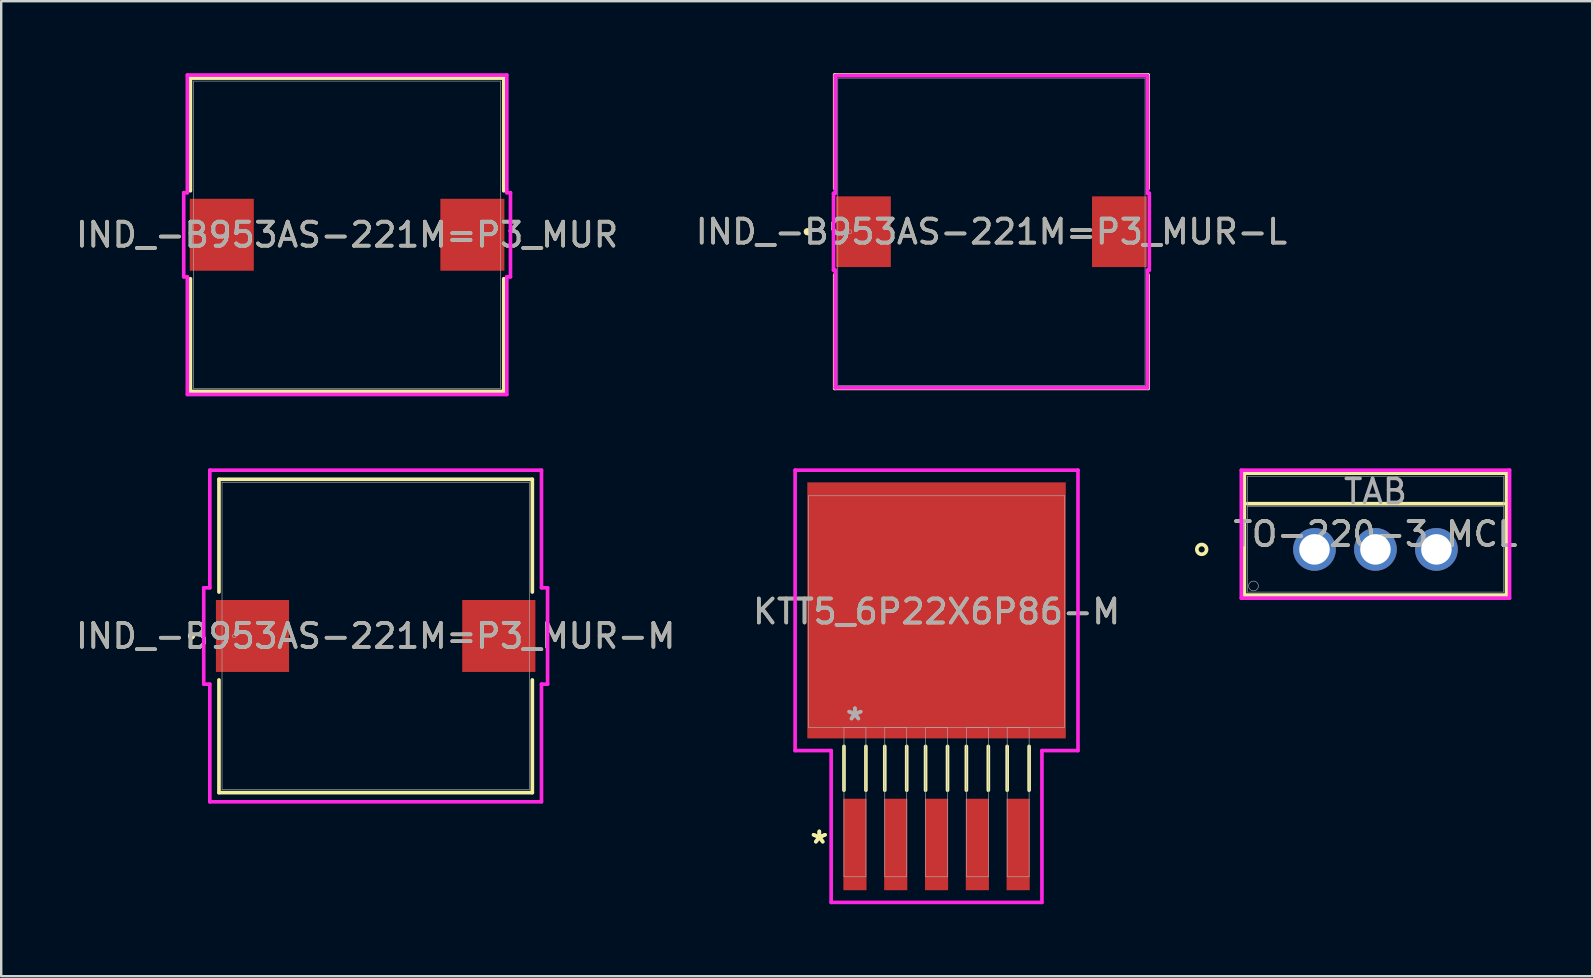
<source format=kicad_pcb>
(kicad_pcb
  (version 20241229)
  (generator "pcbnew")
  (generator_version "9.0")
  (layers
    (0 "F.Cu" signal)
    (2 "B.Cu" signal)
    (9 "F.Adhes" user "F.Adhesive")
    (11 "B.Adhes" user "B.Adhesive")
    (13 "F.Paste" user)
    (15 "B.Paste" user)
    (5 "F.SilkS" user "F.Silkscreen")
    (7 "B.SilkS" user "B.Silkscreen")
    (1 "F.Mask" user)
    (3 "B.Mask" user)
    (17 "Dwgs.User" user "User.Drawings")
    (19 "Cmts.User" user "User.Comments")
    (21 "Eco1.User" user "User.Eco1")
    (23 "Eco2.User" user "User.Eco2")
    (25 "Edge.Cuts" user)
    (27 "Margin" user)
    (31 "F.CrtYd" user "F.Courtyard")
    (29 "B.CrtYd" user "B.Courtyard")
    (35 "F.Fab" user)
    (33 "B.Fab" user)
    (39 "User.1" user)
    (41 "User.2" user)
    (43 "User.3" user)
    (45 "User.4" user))
  (footprint "IND_-B953AS-221M=P3_MUR"
    (layer "F.Cu")
    (at 11.411 6.731)
    (property "Reference" "IND_-B953AS-221M=P3_MUR" (at 0 0 0) (unlocked yes) (layer "F.SilkS") (effects (font (size 1 1) (thickness 0.15))))
    (attr smd)
    (fp_line (start -6.528 -6.528) (end -6.528 -1.831) (stroke (width 0.152) (type solid)) (layer "F.SilkS"))
    (fp_line (start -6.528 1.831) (end -6.528 6.528) (stroke (width 0.152) (type solid)) (layer "F.SilkS"))
    (fp_line (start -6.528 6.528) (end 6.528 6.528) (stroke (width 0.152) (type solid)) (layer "F.SilkS"))
    (fp_line (start 6.528 -6.528) (end -6.528 -6.528) (stroke (width 0.152) (type solid)) (layer "F.SilkS"))
    (fp_line (start 6.528 -1.831) (end 6.528 -6.528) (stroke (width 0.152) (type solid)) (layer "F.SilkS"))
    (fp_line (start 6.528 6.528) (end 6.528 1.831) (stroke (width 0.152) (type solid)) (layer "F.SilkS"))
    (fp_line (start -6.807 -1.753) (end -6.655 -1.753) (stroke (width 0.152) (type solid)) (layer "F.CrtYd"))
    (fp_line (start -6.807 1.753) (end -6.807 -1.753) (stroke (width 0.152) (type solid)) (layer "F.CrtYd"))
    (fp_line (start -6.655 -6.655) (end 6.655 -6.655) (stroke (width 0.152) (type solid)) (layer "F.CrtYd"))
    (fp_line (start -6.655 -1.753) (end -6.655 -6.655) (stroke (width 0.152) (type solid)) (layer "F.CrtYd"))
    (fp_line (start -6.655 1.753) (end -6.807 1.753) (stroke (width 0.152) (type solid)) (layer "F.CrtYd"))
    (fp_line (start -6.655 6.655) (end -6.655 1.753) (stroke (width 0.152) (type solid)) (layer "F.CrtYd"))
    (fp_line (start 6.655 -6.655) (end 6.655 -1.753) (stroke (width 0.152) (type solid)) (layer "F.CrtYd"))
    (fp_line (start 6.655 -1.753) (end 6.807 -1.753) (stroke (width 0.152) (type solid)) (layer "F.CrtYd"))
    (fp_line (start 6.655 1.753) (end 6.655 6.655) (stroke (width 0.152) (type solid)) (layer "F.CrtYd"))
    (fp_line (start 6.655 6.655) (end -6.655 6.655) (stroke (width 0.152) (type solid)) (layer "F.CrtYd"))
    (fp_line (start 6.807 -1.753) (end 6.807 1.753) (stroke (width 0.152) (type solid)) (layer "F.CrtYd"))
    (fp_line (start 6.807 1.753) (end 6.655 1.753) (stroke (width 0.152) (type solid)) (layer "F.CrtYd"))
    (fp_line (start -6.401 -6.401) (end -6.401 6.401) (stroke (width 0.025) (type solid)) (layer "F.Fab"))
    (fp_line (start -6.401 6.401) (end 6.401 6.401) (stroke (width 0.025) (type solid)) (layer "F.Fab"))
    (fp_line (start 6.401 -6.401) (end -6.401 -6.401) (stroke (width 0.025) (type solid)) (layer "F.Fab"))
    (fp_line (start 6.401 6.401) (end 6.401 -6.401) (stroke (width 0.025) (type solid)) (layer "F.Fab"))
    (fp_circle (center -5.893 0) (end -5.893 0) (stroke (width 0.025) (type solid)) (fill no) (layer "F.Fab"))
    (fp_text user "${REFERENCE}" (at 0 0 0) (unlocked yes) (layer "F.Fab") (effects (font (size 1 1) (thickness 0.15))))
    (pad "1" smd rect (at -5.22 0 90) (size 2.997 2.667) (layers "F.Cu" "F.Mask" "F.Paste"))
    (pad "2" smd rect (at 5.22 0 90) (size 2.997 2.667) (layers "F.Cu" "F.Mask" "F.Paste"))
    (zone (net_name "") (layer "F.Cu") (hatch full 0.508) (connect_pads) (min_thickness 0.254) (filled_areas_thickness no) (keepout (tracks not_allowed) (vias not_allowed) (pads allowed) (copperpour not_allowed) (footprints allowed)) (placement (enabled no)) (fill) (polygon (pts (xy 5.061 0.381) (xy 17.761 0.381) (xy 17.761 5.182) (xy 5.061 5.182))))
    (zone (net_name "") (layer "F.Cu") (hatch full 0.508) (connect_pads) (min_thickness 0.254) (filled_areas_thickness no) (keepout (tracks not_allowed) (vias not_allowed) (pads allowed) (copperpour not_allowed) (footprints allowed)) (placement (enabled no)) (fill) (polygon (pts (xy 5.061 8.28) (xy 17.761 8.28) (xy 17.761 13.081) (xy 5.061 13.081))))
    (zone (net_name "") (layer "F.Cu") (hatch full 0.508) (connect_pads) (min_thickness 0.254) (filled_areas_thickness no) (keepout (tracks not_allowed) (vias not_allowed) (pads allowed) (copperpour not_allowed) (footprints allowed)) (placement (enabled no)) (fill) (polygon (pts (xy 7.575 5.182) (xy 15.246 5.182) (xy 15.246 8.28) (xy 7.575 8.28)))))
  (footprint "IND_-B953AS-221M=P3_MUR-L"
    (layer "F.Cu")
    (at 38.256 6.604)
    (property "Reference" "IND_-B953AS-221M=P3_MUR-L" (at 0 0 0) (unlocked yes) (layer "F.SilkS") (effects (font (size 1 1) (thickness 0.15))))
    (attr smd)
    (fp_line (start -6.528 -6.528) (end -6.528 -1.802) (stroke (width 0.152) (type solid)) (layer "F.SilkS"))
    (fp_line (start -6.528 1.802) (end -6.528 6.528) (stroke (width 0.152) (type solid)) (layer "F.SilkS"))
    (fp_line (start -6.528 6.528) (end 6.528 6.528) (stroke (width 0.152) (type solid)) (layer "F.SilkS"))
    (fp_line (start 6.528 -6.528) (end -6.528 -6.528) (stroke (width 0.152) (type solid)) (layer "F.SilkS"))
    (fp_line (start 6.528 -1.802) (end 6.528 -6.528) (stroke (width 0.152) (type solid)) (layer "F.SilkS"))
    (fp_line (start 6.528 6.528) (end 6.528 1.802) (stroke (width 0.152) (type solid)) (layer "F.SilkS"))
    (fp_circle (center -7.671 0) (end -7.595 0) (stroke (width 0.152) (type solid)) (fill no) (layer "F.SilkS"))
    (fp_line (start -6.579 -1.6) (end -6.502 -1.6) (stroke (width 0.152) (type solid)) (layer "F.CrtYd"))
    (fp_line (start -6.579 1.6) (end -6.579 -1.6) (stroke (width 0.152) (type solid)) (layer "F.CrtYd"))
    (fp_line (start -6.502 -6.502) (end 6.502 -6.502) (stroke (width 0.152) (type solid)) (layer "F.CrtYd"))
    (fp_line (start -6.502 -1.6) (end -6.502 -6.502) (stroke (width 0.152) (type solid)) (layer "F.CrtYd"))
    (fp_line (start -6.502 1.6) (end -6.579 1.6) (stroke (width 0.152) (type solid)) (layer "F.CrtYd"))
    (fp_line (start -6.502 6.502) (end -6.502 1.6) (stroke (width 0.152) (type solid)) (layer "F.CrtYd"))
    (fp_line (start 6.502 -6.502) (end 6.502 -1.6) (stroke (width 0.152) (type solid)) (layer "F.CrtYd"))
    (fp_line (start 6.502 -1.6) (end 6.579 -1.6) (stroke (width 0.152) (type solid)) (layer "F.CrtYd"))
    (fp_line (start 6.502 1.6) (end 6.502 6.502) (stroke (width 0.152) (type solid)) (layer "F.CrtYd"))
    (fp_line (start 6.502 6.502) (end -6.502 6.502) (stroke (width 0.152) (type solid)) (layer "F.CrtYd"))
    (fp_line (start 6.579 -1.6) (end 6.579 1.6) (stroke (width 0.152) (type solid)) (layer "F.CrtYd"))
    (fp_line (start 6.579 1.6) (end 6.502 1.6) (stroke (width 0.152) (type solid)) (layer "F.CrtYd"))
    (fp_line (start -6.401 -6.401) (end -6.401 6.401) (stroke (width 0.025) (type solid)) (layer "F.Fab"))
    (fp_line (start -6.401 6.401) (end 6.401 6.401) (stroke (width 0.025) (type solid)) (layer "F.Fab"))
    (fp_line (start 6.401 -6.401) (end -6.401 -6.401) (stroke (width 0.025) (type solid)) (layer "F.Fab"))
    (fp_line (start 6.401 6.401) (end 6.401 -6.401) (stroke (width 0.025) (type solid)) (layer "F.Fab"))
    (fp_circle (center -5.893 0) (end -5.817 0) (stroke (width 0.025) (type solid)) (fill no) (layer "F.Fab"))
    (fp_text user "${REFERENCE}" (at 0 0 0) (unlocked yes) (layer "F.Fab") (effects (font (size 1 1) (thickness 0.15))))
    (pad "1" smd rect (at -5.334 0 90) (size 2.946 2.286) (layers "F.Cu" "F.Mask" "F.Paste"))
    (pad "2" smd rect (at 5.334 0 90) (size 2.946 2.286) (layers "F.Cu" "F.Mask" "F.Paste"))
    (zone (net_name "") (layer "F.Cu") (hatch full 0.508) (connect_pads) (min_thickness 0.254) (filled_areas_thickness no) (keepout (tracks not_allowed) (vias not_allowed) (pads allowed) (copperpour not_allowed) (footprints allowed)) (placement (enabled no)) (fill) (polygon (pts (xy 31.906 0.254) (xy 44.606 0.254) (xy 44.606 5.055) (xy 31.906 5.055))))
    (zone (net_name "") (layer "F.Cu") (hatch full 0.508) (connect_pads) (min_thickness 0.254) (filled_areas_thickness no) (keepout (tracks not_allowed) (vias not_allowed) (pads allowed) (copperpour not_allowed) (footprints allowed)) (placement (enabled no)) (fill) (polygon (pts (xy 31.906 8.153) (xy 44.606 8.153) (xy 44.606 12.954) (xy 31.906 12.954))))
    (zone (net_name "") (layer "F.Cu") (hatch full 0.508) (connect_pads) (min_thickness 0.254) (filled_areas_thickness no) (keepout (tracks not_allowed) (vias not_allowed) (pads allowed) (copperpour not_allowed) (footprints allowed)) (placement (enabled no)) (fill) (polygon (pts (xy 34.116 5.055) (xy 42.396 5.055) (xy 42.396 8.153) (xy 34.116 8.153)))))
  (footprint "IND_-B953AS-221M=P3_MUR-M"
    (layer "F.Cu")
    (at 12.601 23.447)
    (property "Reference" "IND_-B953AS-221M=P3_MUR-M" (at 0 0 0) (unlocked yes) (layer "F.SilkS") (effects (font (size 1 1) (thickness 0.15))))
    (attr smd)
    (fp_line (start -6.528 -6.528) (end -6.528 -1.831) (stroke (width 0.152) (type solid)) (layer "F.SilkS"))
    (fp_line (start -6.528 1.831) (end -6.528 6.528) (stroke (width 0.152) (type solid)) (layer "F.SilkS"))
    (fp_line (start -6.528 6.528) (end 6.528 6.528) (stroke (width 0.152) (type solid)) (layer "F.SilkS"))
    (fp_line (start 6.528 -6.528) (end -6.528 -6.528) (stroke (width 0.152) (type solid)) (layer "F.SilkS"))
    (fp_line (start 6.528 -1.831) (end 6.528 -6.528) (stroke (width 0.152) (type solid)) (layer "F.SilkS"))
    (fp_line (start 6.528 6.528) (end 6.528 1.831) (stroke (width 0.152) (type solid)) (layer "F.SilkS"))
    (fp_circle (center -7.671 0) (end -7.595 0) (stroke (width 0.152) (type solid)) (fill no) (layer "F.SilkS"))
    (fp_line (start -7.163 -2.007) (end -6.909 -2.007) (stroke (width 0.152) (type solid)) (layer "F.CrtYd"))
    (fp_line (start -7.163 2.007) (end -7.163 -2.007) (stroke (width 0.152) (type solid)) (layer "F.CrtYd"))
    (fp_line (start -6.909 -6.909) (end 6.909 -6.909) (stroke (width 0.152) (type solid)) (layer "F.CrtYd"))
    (fp_line (start -6.909 -2.007) (end -6.909 -6.909) (stroke (width 0.152) (type solid)) (layer "F.CrtYd"))
    (fp_line (start -6.909 2.007) (end -7.163 2.007) (stroke (width 0.152) (type solid)) (layer "F.CrtYd"))
    (fp_line (start -6.909 6.909) (end -6.909 2.007) (stroke (width 0.152) (type solid)) (layer "F.CrtYd"))
    (fp_line (start 6.909 -6.909) (end 6.909 -2.007) (stroke (width 0.152) (type solid)) (layer "F.CrtYd"))
    (fp_line (start 6.909 -2.007) (end 7.163 -2.007) (stroke (width 0.152) (type solid)) (layer "F.CrtYd"))
    (fp_line (start 6.909 2.007) (end 6.909 6.909) (stroke (width 0.152) (type solid)) (layer "F.CrtYd"))
    (fp_line (start 6.909 6.909) (end -6.909 6.909) (stroke (width 0.152) (type solid)) (layer "F.CrtYd"))
    (fp_line (start 7.163 -2.007) (end 7.163 2.007) (stroke (width 0.152) (type solid)) (layer "F.CrtYd"))
    (fp_line (start 7.163 2.007) (end 6.909 2.007) (stroke (width 0.152) (type solid)) (layer "F.CrtYd"))
    (fp_line (start -6.401 -6.401) (end -6.401 6.401) (stroke (width 0.025) (type solid)) (layer "F.Fab"))
    (fp_line (start -6.401 6.401) (end 6.401 6.401) (stroke (width 0.025) (type solid)) (layer "F.Fab"))
    (fp_line (start 6.401 -6.401) (end -6.401 -6.401) (stroke (width 0.025) (type solid)) (layer "F.Fab"))
    (fp_line (start 6.401 6.401) (end 6.401 -6.401) (stroke (width 0.025) (type solid)) (layer "F.Fab"))
    (fp_circle (center -5.893 0) (end -5.817 0) (stroke (width 0.025) (type solid)) (fill no) (layer "F.Fab"))
    (fp_text user "${REFERENCE}" (at 0 0 0) (unlocked yes) (layer "F.Fab") (effects (font (size 1 1) (thickness 0.15))))
    (pad "1" smd rect (at -5.131 0 90) (size 2.997 3.048) (layers "F.Cu" "F.Mask" "F.Paste"))
    (pad "2" smd rect (at 5.131 0 90) (size 2.997 3.048) (layers "F.Cu" "F.Mask" "F.Paste"))
    (zone (net_name "") (layer "F.Cu") (hatch full 0.508) (connect_pads) (min_thickness 0.254) (filled_areas_thickness no) (keepout (tracks not_allowed) (vias not_allowed) (pads allowed) (copperpour not_allowed) (footprints allowed)) (placement (enabled no)) (fill) (polygon (pts (xy 6.251 17.097) (xy 18.951 17.097) (xy 18.951 21.898) (xy 6.251 21.898))))
    (zone (net_name "") (layer "F.Cu") (hatch full 0.508) (connect_pads) (min_thickness 0.254) (filled_areas_thickness no) (keepout (tracks not_allowed) (vias not_allowed) (pads allowed) (copperpour not_allowed) (footprints allowed)) (placement (enabled no)) (fill) (polygon (pts (xy 6.251 24.996) (xy 18.951 24.996) (xy 18.951 29.797) (xy 6.251 29.797))))
    (zone (net_name "") (layer "F.Cu") (hatch full 0.508) (connect_pads) (min_thickness 0.254) (filled_areas_thickness no) (keepout (tracks not_allowed) (vias not_allowed) (pads allowed) (copperpour not_allowed) (footprints allowed)) (placement (enabled no)) (fill) (polygon (pts (xy 9.045 21.898) (xy 16.157 21.898) (xy 16.157 24.996) (xy 9.045 24.996)))))
  (footprint "KTT5_6P22X6P86-M"
    (layer "F.Cu")
    (at 35.97 22.431)
    (property "Reference" "KTT5_6P22X6P86-M" (at 0 0 0) (unlocked yes) (layer "F.SilkS") (effects (font (size 1 1) (thickness 0.15))))
    (attr smd)
    (fp_line (start -3.857 5.616) (end -3.857 7.442) (stroke (width 0.152) (type solid)) (layer "F.SilkS"))
    (fp_line (start -2.943 5.616) (end -2.943 7.442) (stroke (width 0.152) (type solid)) (layer "F.SilkS"))
    (fp_line (start -2.157 5.616) (end -2.157 7.442) (stroke (width 0.152) (type solid)) (layer "F.SilkS"))
    (fp_line (start -1.243 5.616) (end -1.243 7.442) (stroke (width 0.152) (type solid)) (layer "F.SilkS"))
    (fp_line (start -0.457 5.616) (end -0.457 7.442) (stroke (width 0.152) (type solid)) (layer "F.SilkS"))
    (fp_line (start 0.457 5.616) (end 0.457 7.442) (stroke (width 0.152) (type solid)) (layer "F.SilkS"))
    (fp_line (start 1.243 5.616) (end 1.243 7.442) (stroke (width 0.152) (type solid)) (layer "F.SilkS"))
    (fp_line (start 2.157 5.616) (end 2.157 7.442) (stroke (width 0.152) (type solid)) (layer "F.SilkS"))
    (fp_line (start 2.943 5.616) (end 2.943 7.442) (stroke (width 0.152) (type solid)) (layer "F.SilkS"))
    (fp_line (start 3.857 5.616) (end 3.857 7.442) (stroke (width 0.152) (type solid)) (layer "F.SilkS"))
    (fp_line (start -5.893 -5.893) (end 5.893 -5.893) (stroke (width 0.152) (type solid)) (layer "F.CrtYd"))
    (fp_line (start -5.893 5.791) (end -5.893 -5.893) (stroke (width 0.152) (type solid)) (layer "F.CrtYd"))
    (fp_line (start -4.391 5.791) (end -5.893 5.791) (stroke (width 0.152) (type solid)) (layer "F.CrtYd"))
    (fp_line (start -4.391 12.116) (end -4.391 5.791) (stroke (width 0.152) (type solid)) (layer "F.CrtYd"))
    (fp_line (start 4.391 5.791) (end 4.391 12.116) (stroke (width 0.152) (type solid)) (layer "F.CrtYd"))
    (fp_line (start 4.391 12.116) (end -4.391 12.116) (stroke (width 0.152) (type solid)) (layer "F.CrtYd"))
    (fp_line (start 5.893 -5.893) (end 5.893 5.791) (stroke (width 0.152) (type solid)) (layer "F.CrtYd"))
    (fp_line (start 5.893 5.791) (end 4.391 5.791) (stroke (width 0.152) (type solid)) (layer "F.CrtYd"))
    (fp_line (start -5.334 -4.826) (end -5.334 4.826) (stroke (width 0.025) (type solid)) (layer "F.Fab"))
    (fp_line (start -5.334 4.826) (end 5.334 4.826) (stroke (width 0.025) (type solid)) (layer "F.Fab"))
    (fp_line (start -3.857 4.826) (end -3.857 11.049) (stroke (width 0.025) (type solid)) (layer "F.Fab"))
    (fp_line (start -3.857 11.049) (end -2.943 11.049) (stroke (width 0.025) (type solid)) (layer "F.Fab"))
    (fp_line (start -2.943 4.826) (end -3.857 4.826) (stroke (width 0.025) (type solid)) (layer "F.Fab"))
    (fp_line (start -2.943 11.049) (end -2.943 4.826) (stroke (width 0.025) (type solid)) (layer "F.Fab"))
    (fp_line (start -2.157 4.826) (end -2.157 11.049) (stroke (width 0.025) (type solid)) (layer "F.Fab"))
    (fp_line (start -2.157 11.049) (end -1.243 11.049) (stroke (width 0.025) (type solid)) (layer "F.Fab"))
    (fp_line (start -1.243 4.826) (end -2.157 4.826) (stroke (width 0.025) (type solid)) (layer "F.Fab"))
    (fp_line (start -1.243 11.049) (end -1.243 4.826) (stroke (width 0.025) (type solid)) (layer "F.Fab"))
    (fp_line (start -0.457 4.826) (end -0.457 11.049) (stroke (width 0.025) (type solid)) (layer "F.Fab"))
    (fp_line (start -0.457 11.049) (end 0.457 11.049) (stroke (width 0.025) (type solid)) (layer "F.Fab"))
    (fp_line (start 0.457 4.826) (end -0.457 4.826) (stroke (width 0.025) (type solid)) (layer "F.Fab"))
    (fp_line (start 0.457 11.049) (end 0.457 4.826) (stroke (width 0.025) (type solid)) (layer "F.Fab"))
    (fp_line (start 1.243 4.826) (end 1.243 11.049) (stroke (width 0.025) (type solid)) (layer "F.Fab"))
    (fp_line (start 1.243 11.049) (end 2.157 11.049) (stroke (width 0.025) (type solid)) (layer "F.Fab"))
    (fp_line (start 2.157 4.826) (end 1.243 4.826) (stroke (width 0.025) (type solid)) (layer "F.Fab"))
    (fp_line (start 2.157 11.049) (end 2.157 4.826) (stroke (width 0.025) (type solid)) (layer "F.Fab"))
    (fp_line (start 2.943 4.826) (end 2.943 11.049) (stroke (width 0.025) (type solid)) (layer "F.Fab"))
    (fp_line (start 2.943 11.049) (end 3.857 11.049) (stroke (width 0.025) (type solid)) (layer "F.Fab"))
    (fp_line (start 3.857 4.826) (end 2.943 4.826) (stroke (width 0.025) (type solid)) (layer "F.Fab"))
    (fp_line (start 3.857 11.049) (end 3.857 4.826) (stroke (width 0.025) (type solid)) (layer "F.Fab"))
    (fp_line (start 5.334 -4.826) (end -5.334 -4.826) (stroke (width 0.025) (type solid)) (layer "F.Fab"))
    (fp_line (start 5.334 4.826) (end 5.334 -4.826) (stroke (width 0.025) (type solid)) (layer "F.Fab"))
    (fp_text user "*" (at -4.885 9.703 0) (layer "F.SilkS") (effects (font (size 1 1) (thickness 0.15))))
    (fp_text user "*" (at -4.885 9.703 0) (unlocked yes) (layer "F.SilkS") (effects (font (size 1 1) (thickness 0.15))))
    (fp_text user "*" (at -3.4 4.572 0) (unlocked yes) (layer "F.Fab") (effects (font (size 1 1) (thickness 0.15))))
    (fp_text user "${REFERENCE}" (at 0 0 0) (unlocked yes) (layer "F.Fab") (effects (font (size 1 1) (thickness 0.15))))
    (fp_text user "*" (at -3.4 4.572 0) (layer "F.Fab") (effects (font (size 1 1) (thickness 0.15))))
    (pad "1" smd rect (at -3.4 9.703) (size 0.965 3.81) (layers "F.Cu" "F.Mask" "F.Paste"))
    (pad "2" smd rect (at -1.7 9.703) (size 0.965 3.81) (layers "F.Cu" "F.Mask" "F.Paste"))
    (pad "3" smd rect (at 0 9.703) (size 0.965 3.81) (layers "F.Cu" "F.Mask" "F.Paste"))
    (pad "4" smd rect (at 1.7 9.703) (size 0.965 3.81) (layers "F.Cu" "F.Mask" "F.Paste"))
    (pad "5" smd rect (at 3.4 9.703) (size 0.965 3.81) (layers "F.Cu" "F.Mask" "F.Paste"))
    (pad "6" smd rect (at 0 -0.051) (size 10.77 10.668) (layers "F.Cu" "F.Mask" "F.Paste")))
  (footprint "TO-220-3_MCL"
    (layer "F.Cu")
    (at 51.716 19.84)
    (property "Reference" "TO-220-3_MCL" (at 2.54 -0.635 0) (unlocked yes) (layer "F.SilkS") (effects (font (size 1 1) (thickness 0.15))))
    (attr through_hole)
    (fp_line (start -2.921 -3.175) (end -2.921 1.905) (stroke (width 0.152) (type solid)) (layer "F.SilkS"))
    (fp_line (start -2.921 1.905) (end 8.001 1.905) (stroke (width 0.152) (type solid)) (layer "F.SilkS"))
    (fp_line (start -2.794 -1.905) (end 7.874 -1.905) (stroke (width 0.152) (type solid)) (layer "F.SilkS"))
    (fp_line (start 8.001 -3.175) (end -2.921 -3.175) (stroke (width 0.152) (type solid)) (layer "F.SilkS"))
    (fp_line (start 8.001 1.905) (end 8.001 -3.175) (stroke (width 0.152) (type solid)) (layer "F.SilkS"))
    (fp_circle (center -4.699 0) (end -4.496 0) (stroke (width 0.152) (type solid)) (fill no) (layer "F.SilkS"))
    (fp_line (start -3.048 -3.302) (end -3.048 2.032) (stroke (width 0.152) (type solid)) (layer "F.CrtYd"))
    (fp_line (start -3.048 2.032) (end 8.128 2.032) (stroke (width 0.152) (type solid)) (layer "F.CrtYd"))
    (fp_line (start 8.128 -3.302) (end -3.048 -3.302) (stroke (width 0.152) (type solid)) (layer "F.CrtYd"))
    (fp_line (start 8.128 2.032) (end 8.128 -3.302) (stroke (width 0.152) (type solid)) (layer "F.CrtYd"))
    (fp_line (start -2.794 -3.048) (end -2.794 1.778) (stroke (width 0.025) (type solid)) (layer "F.Fab"))
    (fp_line (start -2.794 -1.778) (end 7.874 -1.778) (stroke (width 0.025) (type solid)) (layer "F.Fab"))
    (fp_line (start -2.794 1.778) (end 7.874 1.778) (stroke (width 0.025) (type solid)) (layer "F.Fab"))
    (fp_line (start 7.874 -3.048) (end -2.794 -3.048) (stroke (width 0.025) (type solid)) (layer "F.Fab"))
    (fp_line (start 7.874 1.778) (end 7.874 -3.048) (stroke (width 0.025) (type solid)) (layer "F.Fab"))
    (fp_circle (center -2.54 1.524) (end -2.337 1.524) (stroke (width 0.025) (type solid)) (fill no) (layer "F.Fab"))
    (fp_text user "${REFERENCE}" (at 2.54 -0.635 0) (unlocked yes) (layer "F.Fab") (effects (font (size 1 1) (thickness 0.15))))
    (fp_text user "TAB" (at 2.54 -2.413 0) (unlocked yes) (layer "F.Fab") (effects (font (size 1 1) (thickness 0.15))))
    (pad "1" thru_hole circle (at 0 0) (size 1.778 1.778) (drill 1.27) (layers "*.Cu" "*.Mask"))
    (pad "2" thru_hole circle (at 2.54 0) (size 1.778 1.778) (drill 1.27) (layers "*.Cu" "*.Mask"))
    (pad "3" thru_hole circle (at 5.08 0) (size 1.778 1.778) (drill 1.27) (layers "*.Cu" "*.Mask")))
  (gr_rect
    (start -3 -3)
    (end 63.286 37.623)
    (stroke (width 0.1) (type default))
    (fill no)
    (layer "Edge.Cuts")))
</source>
